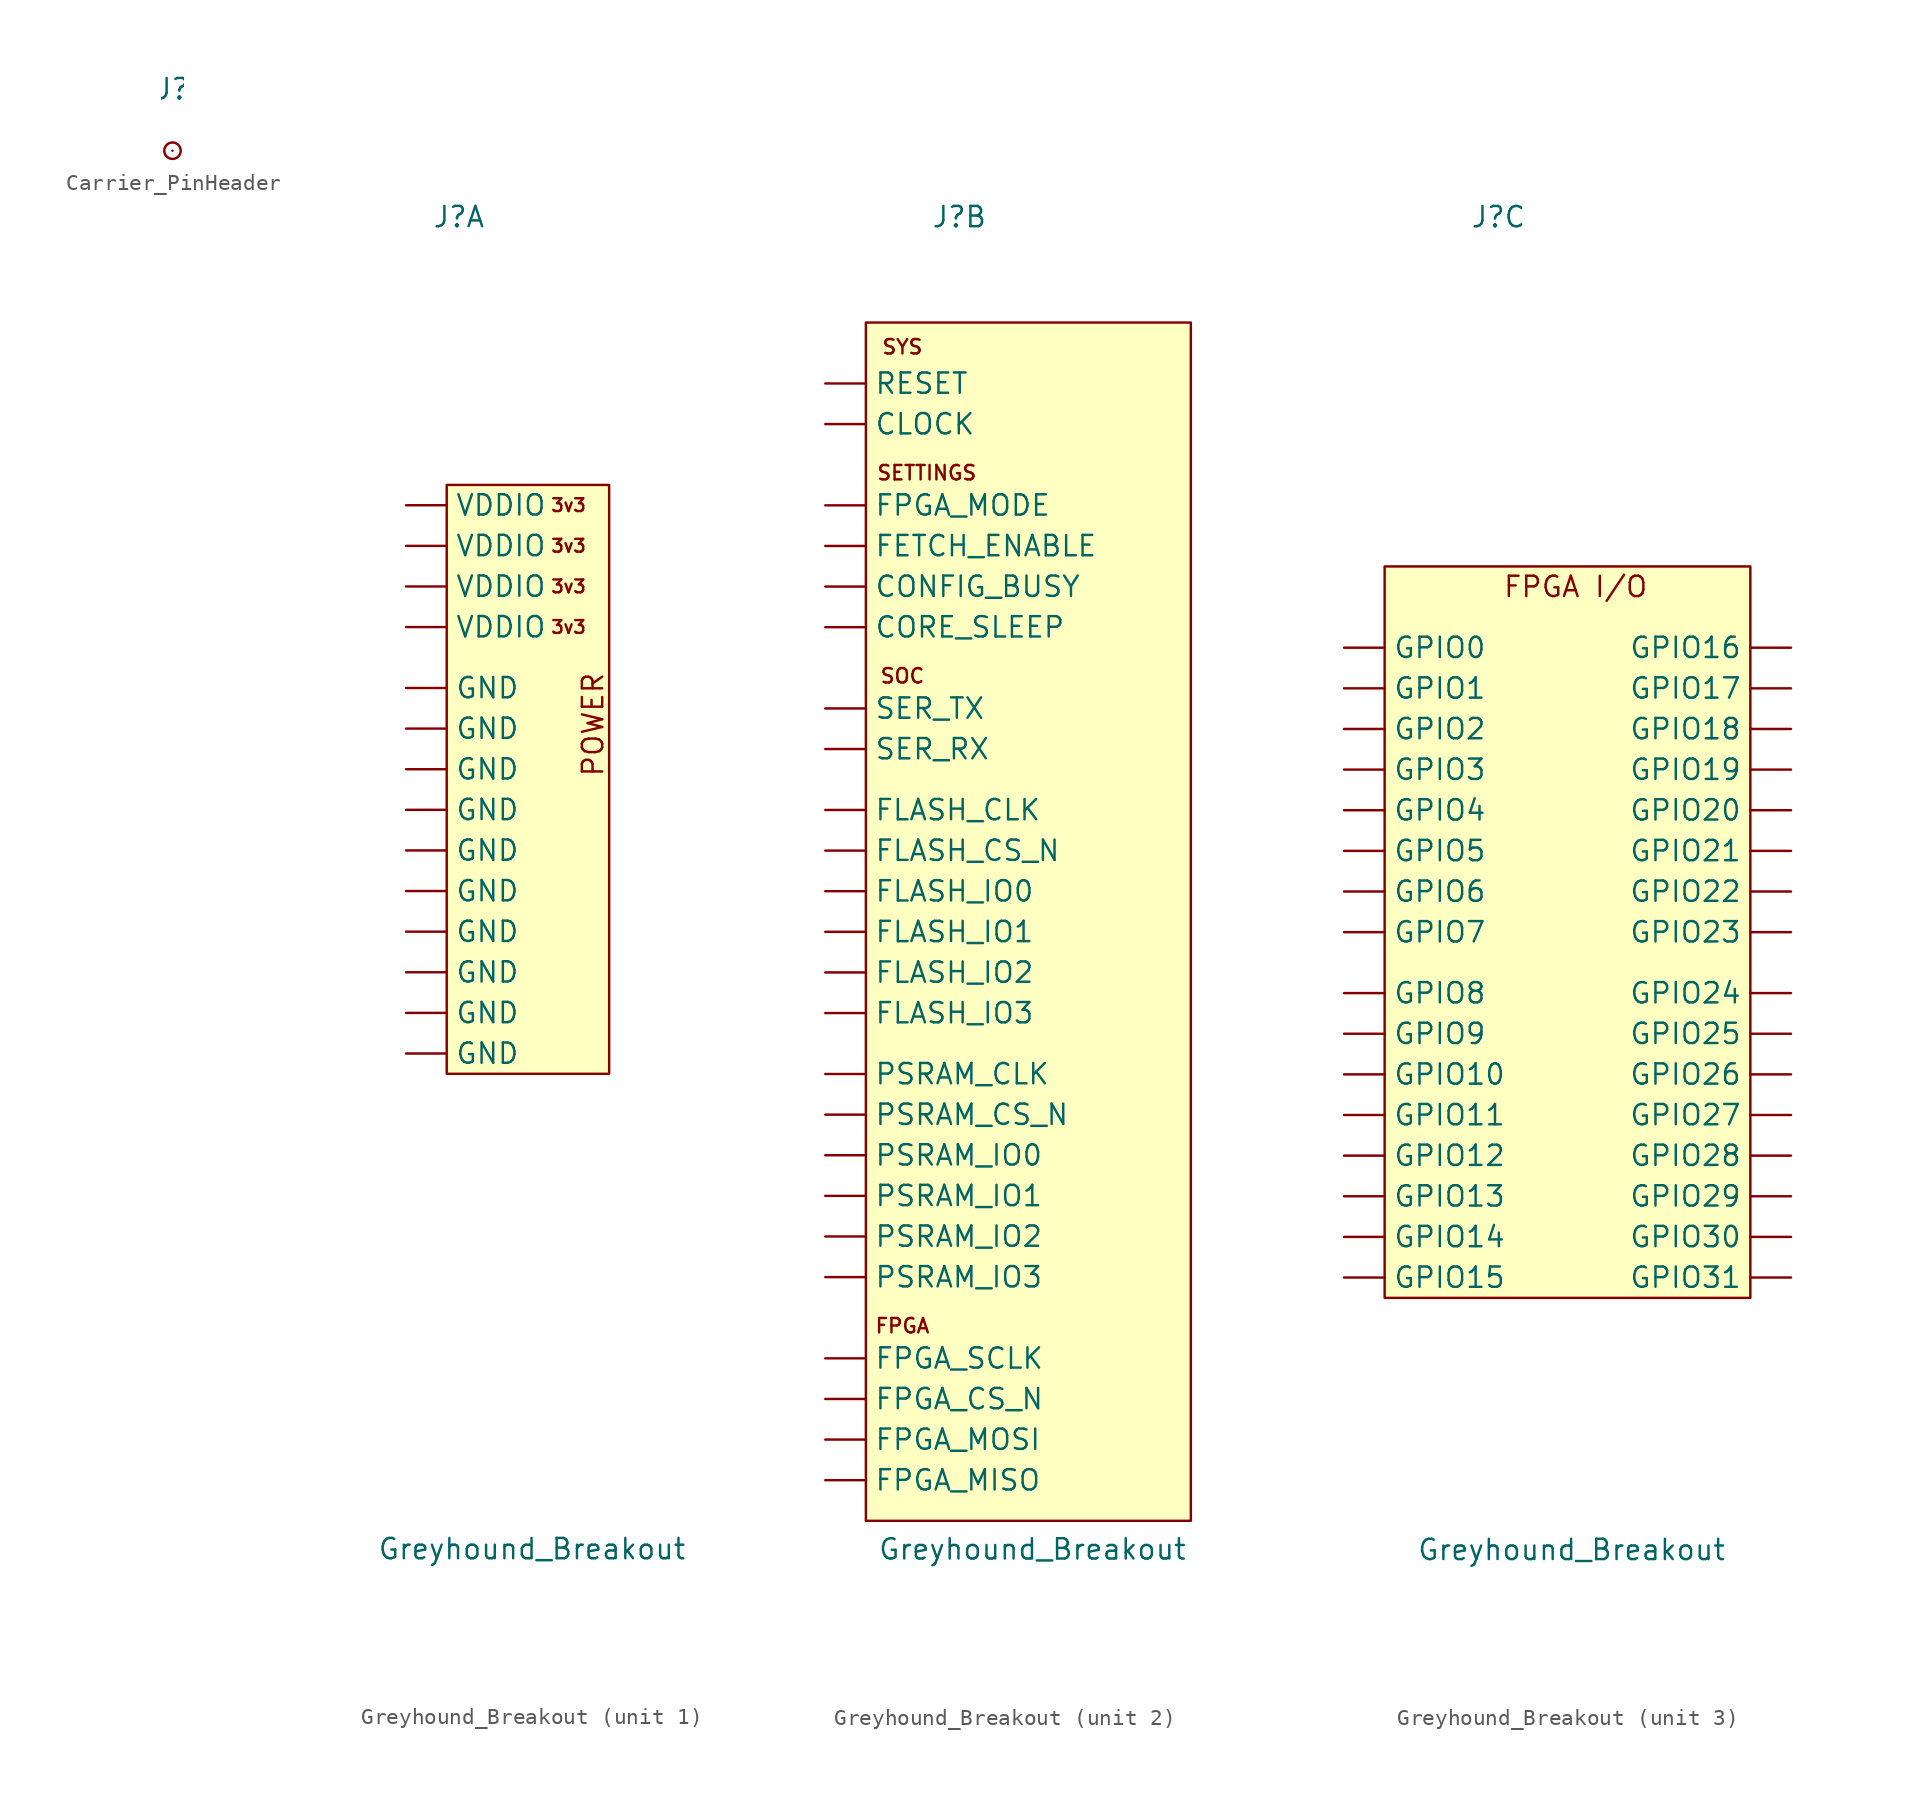
<source format=kicad_sym>
(kicad_symbol_lib
  (version 20241209)
  (generator "kicad_symbol_editor")
  (generator_version "9.0")
  (symbol "Carrier_PinHeader"
    (pin_numbers
      (hide yes))
    (pin_names
      (offset 0.762)
      (hide yes))
    (property "Reference" "J"
      (at 0 3.81 0)
      (effects (font (size 1.27 1.27))))
    (symbol "Carrier_PinHeader_0_1"
      (circle (center 0 0) (radius 0.508) (stroke (width 0) (type default)) (fill (type none))))
    (symbol "Carrier_PinHeader_1_1"
      (pin passive line (at 0 0 90) (length 0) (name "1" (effects (font (size 1.27 1.27)))) (number "1" (effects (font (size 1.27 1.27)))))))
  (symbol "Greyhound_Breakout"
    (pin_numbers
      (hide yes))
    (property "Reference" "J"
      (at -4.318 47.244 0)
      (effects (font (size 1.27 1.27))))
    (property "Value" "Greyhound_Breakout"
      (at 0.254 -36.068 0)
      (effects (font (size 1.27 1.27))))
    (property "ki_locked" ""
      (at 0 0 0)
      (effects (font (size 1.27 1.27))))
    (symbol "Greyhound_Breakout_1_1"
      (rectangle (start -5.08 30.48) (end 5.08 -6.35) (stroke (width 0) (type default)) (fill (type background)))
      (text "3v3" (at 2.54 29.21 0) (effects (font (size 0.8 0.8))))
      (text "3v3" (at 2.54 26.67 0) (effects (font (size 0.8 0.8))))
      (text "3v3" (at 2.54 24.13 0) (effects (font (size 0.8 0.8))))
      (text "3v3" (at 2.54 21.59 0) (effects (font (size 0.8 0.8))))
      (text "POWER" (at 4.064 15.494 900) (effects (font (size 1.27 1.27))))
      (pin power_in line (at -7.62 29.21 0) (length 2.54) (name "VDDIO" (effects (font (size 1.27 1.27)))) (number "B1" (effects (font (size 1.27 1.27)))))
      (pin power_in line (at -7.62 26.67 0) (length 2.54) (name "VDDIO" (effects (font (size 1.27 1.27)))) (number "B19" (effects (font (size 1.27 1.27)))))
      (pin power_in line (at -7.62 24.13 0) (length 2.54) (name "VDDIO" (effects (font (size 1.27 1.27)))) (number "B21" (effects (font (size 1.27 1.27)))))
      (pin power_in line (at -7.62 21.59 0) (length 2.54) (name "VDDIO" (effects (font (size 1.27 1.27)))) (number "B39" (effects (font (size 1.27 1.27)))))
      (pin power_in line (at -7.62 17.78 0) (length 2.54) (name "GND" (effects (font (size 1.27 1.27)))) (number "A1" (effects (font (size 1.27 1.27)))))
      (pin power_in line (at -7.62 15.24 0) (length 2.54) (name "GND" (effects (font (size 1.27 1.27)))) (number "A3" (effects (font (size 1.27 1.27)))))
      (pin power_in line (at -7.62 12.7 0) (length 2.54) (name "GND" (effects (font (size 1.27 1.27)))) (number "A19" (effects (font (size 1.27 1.27)))))
      (pin power_in line (at -7.62 10.16 0) (length 2.54) (name "GND" (effects (font (size 1.27 1.27)))) (number "A21" (effects (font (size 1.27 1.27)))))
      (pin power_in line (at -7.62 7.62 0) (length 2.54) (name "GND" (effects (font (size 1.27 1.27)))) (number "A37" (effects (font (size 1.27 1.27)))))
      (pin power_in line (at -7.62 5.08 0) (length 2.54) (name "GND" (effects (font (size 1.27 1.27)))) (number "A39" (effects (font (size 1.27 1.27)))))
      (pin power_in line (at -7.62 2.54 0) (length 2.54) (name "GND" (effects (font (size 1.27 1.27)))) (number "B2" (effects (font (size 1.27 1.27)))))
      (pin power_in line (at -7.62 0 0) (length 2.54) (name "GND" (effects (font (size 1.27 1.27)))) (number "B20" (effects (font (size 1.27 1.27)))))
      (pin power_in line (at -7.62 -2.54 0) (length 2.54) (name "GND" (effects (font (size 1.27 1.27)))) (number "B22" (effects (font (size 1.27 1.27)))))
      (pin power_in line (at -7.62 -5.08 0) (length 2.54) (name "GND" (effects (font (size 1.27 1.27)))) (number "B40" (effects (font (size 1.27 1.27))))))
    (symbol "Greyhound_Breakout_2_1"
      (rectangle (start -10.16 40.64) (end 10.16 -34.29) (stroke (width 0) (type default)) (fill (type background)))
      (text "SYS" (at -7.874 39.116 0) (effects (font (size 0.9 0.9))))
      (text "SOC" (at -7.874 18.542 0) (effects (font (size 0.9 0.9))))
      (text "FPGA" (at -7.874 -22.098 0) (effects (font (size 0.9 0.9))))
      (text "SETTINGS\n" (at -6.35 31.242 0) (effects (font (size 0.9 0.9))))
      (pin input line (at -12.7 36.83 0) (length 2.54) (name "RESET" (effects (font (size 1.27 1.27)))) (number "A33" (effects (font (size 1.27 1.27)))))
      (pin input line (at -12.7 34.29 0) (length 2.54) (name "CLOCK" (effects (font (size 1.27 1.27)))) (number "A35" (effects (font (size 1.27 1.27)))))
      (pin input line (at -12.7 29.21 0) (length 2.54) (name "FPGA_MODE" (effects (font (size 1.27 1.27)))) (number "A15" (effects (font (size 1.27 1.27)))))
      (pin input line (at -12.7 26.67 0) (length 2.54) (name "FETCH_ENABLE" (effects (font (size 1.27 1.27)))) (number "A17" (effects (font (size 1.27 1.27)))))
      (pin output line (at -12.7 24.13 0) (length 2.54) (name "CONFIG_BUSY" (effects (font (size 1.27 1.27)))) (number "A23" (effects (font (size 1.27 1.27)))))
      (pin output line (at -12.7 21.59 0) (length 2.54) (name "CORE_SLEEP" (effects (font (size 1.27 1.27)))) (number "A25" (effects (font (size 1.27 1.27)))))
      (pin output line (at -12.7 16.51 0) (length 2.54) (name "SER_TX" (effects (font (size 1.27 1.27)))) (number "A27" (effects (font (size 1.27 1.27)))))
      (pin input line (at -12.7 13.97 0) (length 2.54) (name "SER_RX" (effects (font (size 1.27 1.27)))) (number "A29" (effects (font (size 1.27 1.27)))))
      (pin output line (at -12.7 10.16 0) (length 2.54) (name "FLASH_CLK" (effects (font (size 1.27 1.27)))) (number "A6" (effects (font (size 1.27 1.27)))))
      (pin output line (at -12.7 7.62 0) (length 2.54) (name "FLASH_CS_N" (effects (font (size 1.27 1.27)))) (number "A8" (effects (font (size 1.27 1.27)))))
      (pin bidirectional line (at -12.7 5.08 0) (length 2.54) (name "FLASH_IO0" (effects (font (size 1.27 1.27)))) (number "A10" (effects (font (size 1.27 1.27)))))
      (pin bidirectional line (at -12.7 2.54 0) (length 2.54) (name "FLASH_IO1" (effects (font (size 1.27 1.27)))) (number "A12" (effects (font (size 1.27 1.27)))))
      (pin bidirectional line (at -12.7 0 0) (length 2.54) (name "FLASH_IO2" (effects (font (size 1.27 1.27)))) (number "A14" (effects (font (size 1.27 1.27)))))
      (pin bidirectional line (at -12.7 -2.54 0) (length 2.54) (name "FLASH_IO3" (effects (font (size 1.27 1.27)))) (number "A16" (effects (font (size 1.27 1.27)))))
      (pin output line (at -12.7 -6.35 0) (length 2.54) (name "PSRAM_CLK" (effects (font (size 1.27 1.27)))) (number "A26" (effects (font (size 1.27 1.27)))))
      (pin output line (at -12.7 -8.89 0) (length 2.54) (name "PSRAM_CS_N" (effects (font (size 1.27 1.27)))) (number "A28" (effects (font (size 1.27 1.27)))))
      (pin bidirectional line (at -12.7 -11.43 0) (length 2.54) (name "PSRAM_IO0" (effects (font (size 1.27 1.27)))) (number "A30" (effects (font (size 1.27 1.27)))))
      (pin bidirectional line (at -12.7 -13.97 0) (length 2.54) (name "PSRAM_IO1" (effects (font (size 1.27 1.27)))) (number "A32" (effects (font (size 1.27 1.27)))))
      (pin bidirectional line (at -12.7 -16.51 0) (length 2.54) (name "PSRAM_IO2" (effects (font (size 1.27 1.27)))) (number "A34" (effects (font (size 1.27 1.27)))))
      (pin bidirectional line (at -12.7 -19.05 0) (length 2.54) (name "PSRAM_IO3" (effects (font (size 1.27 1.27)))) (number "A36" (effects (font (size 1.27 1.27)))))
      (pin bidirectional line (at -12.7 -24.13 0) (length 2.54) (name "FPGA_SCLK" (effects (font (size 1.27 1.27)))) (number "A5" (effects (font (size 1.27 1.27)))))
      (pin bidirectional line (at -12.7 -26.67 0) (length 2.54) (name "FPGA_CS_N" (effects (font (size 1.27 1.27)))) (number "A7" (effects (font (size 1.27 1.27)))))
      (pin bidirectional line (at -12.7 -29.21 0) (length 2.54) (name "FPGA_MOSI" (effects (font (size 1.27 1.27)))) (number "A9" (effects (font (size 1.27 1.27)))))
      (pin bidirectional line (at -12.7 -31.75 0) (length 2.54) (name "FPGA_MISO" (effects (font (size 1.27 1.27)))) (number "A11" (effects (font (size 1.27 1.27))))))
    (symbol "Greyhound_Breakout_3_1"
      (rectangle (start -11.43 25.4) (end 11.43 -20.32) (stroke (width 0) (type default)) (fill (type background)))
      (text "FPGA I/O" (at 0.508 24.13 0) (effects (font (size 1.27 1.27))))
      (pin bidirectional line (at -13.97 20.32 0) (length 2.54) (name "GPIO0" (effects (font (size 1.27 1.27)))) (number "B31" (effects (font (size 1.27 1.27)))))
      (pin bidirectional line (at -13.97 17.78 0) (length 2.54) (name "GPIO1" (effects (font (size 1.27 1.27)))) (number "B33" (effects (font (size 1.27 1.27)))))
      (pin bidirectional line (at -13.97 15.24 0) (length 2.54) (name "GPIO2" (effects (font (size 1.27 1.27)))) (number "B35" (effects (font (size 1.27 1.27)))))
      (pin bidirectional line (at -13.97 12.7 0) (length 2.54) (name "GPIO3" (effects (font (size 1.27 1.27)))) (number "B37" (effects (font (size 1.27 1.27)))))
      (pin bidirectional line (at -13.97 10.16 0) (length 2.54) (name "GPIO4" (effects (font (size 1.27 1.27)))) (number "B32" (effects (font (size 1.27 1.27)))))
      (pin bidirectional line (at -13.97 7.62 0) (length 2.54) (name "GPIO5" (effects (font (size 1.27 1.27)))) (number "B34" (effects (font (size 1.27 1.27)))))
      (pin bidirectional line (at -13.97 5.08 0) (length 2.54) (name "GPIO6" (effects (font (size 1.27 1.27)))) (number "B36" (effects (font (size 1.27 1.27)))))
      (pin bidirectional line (at -13.97 2.54 0) (length 2.54) (name "GPIO7" (effects (font (size 1.27 1.27)))) (number "B38" (effects (font (size 1.27 1.27)))))
      (pin bidirectional line (at -13.97 -1.27 0) (length 2.54) (name "GPIO8" (effects (font (size 1.27 1.27)))) (number "B23" (effects (font (size 1.27 1.27)))))
      (pin bidirectional line (at -13.97 -3.81 0) (length 2.54) (name "GPIO9" (effects (font (size 1.27 1.27)))) (number "B25" (effects (font (size 1.27 1.27)))))
      (pin bidirectional line (at -13.97 -6.35 0) (length 2.54) (name "GPIO10" (effects (font (size 1.27 1.27)))) (number "B27" (effects (font (size 1.27 1.27)))))
      (pin bidirectional line (at -13.97 -8.89 0) (length 2.54) (name "GPIO11" (effects (font (size 1.27 1.27)))) (number "B29" (effects (font (size 1.27 1.27)))))
      (pin bidirectional line (at -13.97 -11.43 0) (length 2.54) (name "GPIO12" (effects (font (size 1.27 1.27)))) (number "B24" (effects (font (size 1.27 1.27)))))
      (pin bidirectional line (at -13.97 -13.97 0) (length 2.54) (name "GPIO13" (effects (font (size 1.27 1.27)))) (number "B26" (effects (font (size 1.27 1.27)))))
      (pin bidirectional line (at -13.97 -16.51 0) (length 2.54) (name "GPIO14" (effects (font (size 1.27 1.27)))) (number "B28" (effects (font (size 1.27 1.27)))))
      (pin bidirectional line (at -13.97 -19.05 0) (length 2.54) (name "GPIO15" (effects (font (size 1.27 1.27)))) (number "B30" (effects (font (size 1.27 1.27)))))
      (pin bidirectional line (at 13.97 20.32 180) (length 2.54) (name "GPIO16" (effects (font (size 1.27 1.27)))) (number "B11" (effects (font (size 1.27 1.27)))))
      (pin bidirectional line (at 13.97 17.78 180) (length 2.54) (name "GPIO17" (effects (font (size 1.27 1.27)))) (number "B13" (effects (font (size 1.27 1.27)))))
      (pin bidirectional line (at 13.97 15.24 180) (length 2.54) (name "GPIO18" (effects (font (size 1.27 1.27)))) (number "B15" (effects (font (size 1.27 1.27)))))
      (pin bidirectional line (at 13.97 12.7 180) (length 2.54) (name "GPIO19" (effects (font (size 1.27 1.27)))) (number "B17" (effects (font (size 1.27 1.27)))))
      (pin bidirectional line (at 13.97 10.16 180) (length 2.54) (name "GPIO20" (effects (font (size 1.27 1.27)))) (number "B12" (effects (font (size 1.27 1.27)))))
      (pin bidirectional line (at 13.97 7.62 180) (length 2.54) (name "GPIO21" (effects (font (size 1.27 1.27)))) (number "B14" (effects (font (size 1.27 1.27)))))
      (pin bidirectional line (at 13.97 5.08 180) (length 2.54) (name "GPIO22" (effects (font (size 1.27 1.27)))) (number "B16" (effects (font (size 1.27 1.27)))))
      (pin bidirectional line (at 13.97 2.54 180) (length 2.54) (name "GPIO23" (effects (font (size 1.27 1.27)))) (number "B18" (effects (font (size 1.27 1.27)))))
      (pin bidirectional line (at 13.97 -1.27 180) (length 2.54) (name "GPIO24" (effects (font (size 1.27 1.27)))) (number "B3" (effects (font (size 1.27 1.27)))))
      (pin bidirectional line (at 13.97 -3.81 180) (length 2.54) (name "GPIO25" (effects (font (size 1.27 1.27)))) (number "B5" (effects (font (size 1.27 1.27)))))
      (pin bidirectional line (at 13.97 -6.35 180) (length 2.54) (name "GPIO26" (effects (font (size 1.27 1.27)))) (number "B7" (effects (font (size 1.27 1.27)))))
      (pin bidirectional line (at 13.97 -8.89 180) (length 2.54) (name "GPIO27" (effects (font (size 1.27 1.27)))) (number "B9" (effects (font (size 1.27 1.27)))))
      (pin bidirectional line (at 13.97 -11.43 180) (length 2.54) (name "GPIO28" (effects (font (size 1.27 1.27)))) (number "B4" (effects (font (size 1.27 1.27)))))
      (pin bidirectional line (at 13.97 -13.97 180) (length 2.54) (name "GPIO29" (effects (font (size 1.27 1.27)))) (number "B6" (effects (font (size 1.27 1.27)))))
      (pin bidirectional line (at 13.97 -16.51 180) (length 2.54) (name "GPIO30" (effects (font (size 1.27 1.27)))) (number "B8" (effects (font (size 1.27 1.27)))))
      (pin bidirectional line (at 13.97 -19.05 180) (length 2.54) (name "GPIO31" (effects (font (size 1.27 1.27)))) (number "B10" (effects (font (size 1.27 1.27))))))))
</source>
